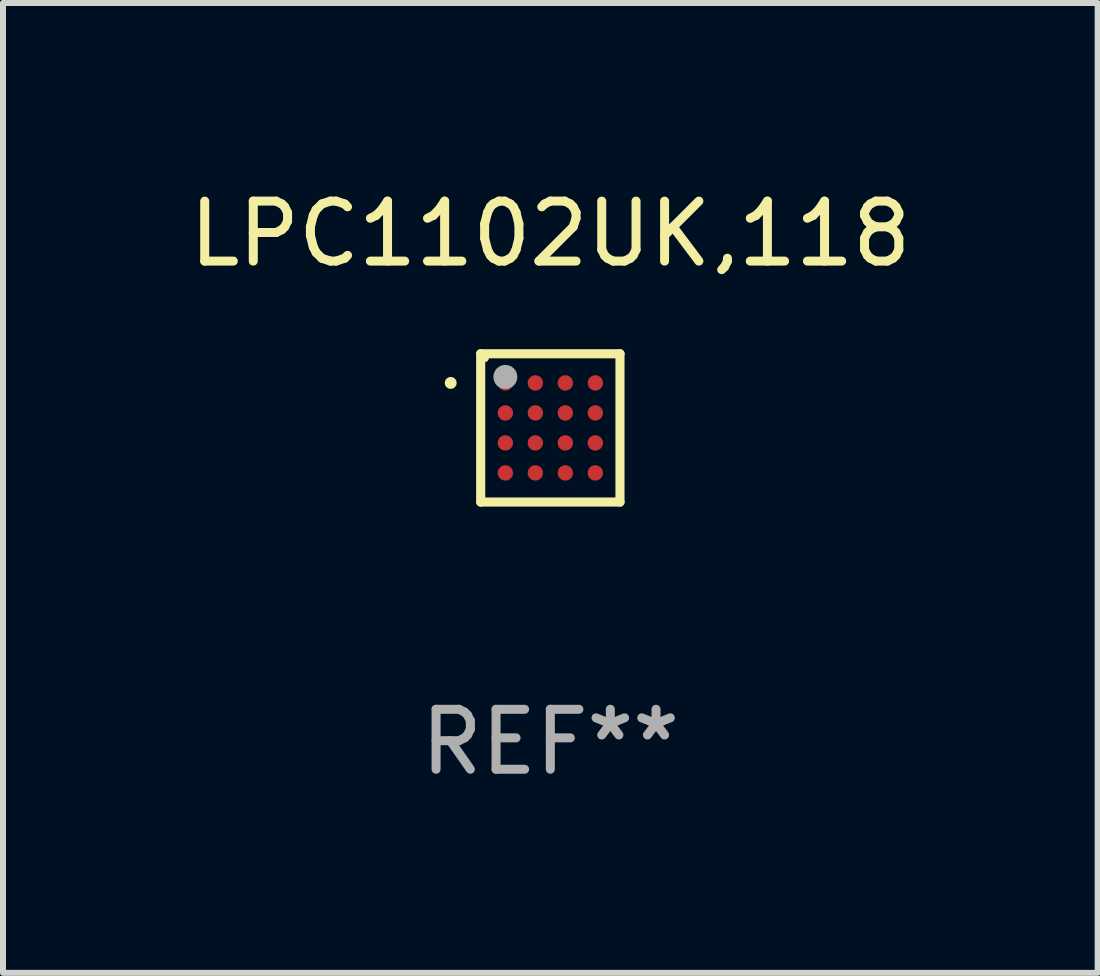
<source format=kicad_pcb>
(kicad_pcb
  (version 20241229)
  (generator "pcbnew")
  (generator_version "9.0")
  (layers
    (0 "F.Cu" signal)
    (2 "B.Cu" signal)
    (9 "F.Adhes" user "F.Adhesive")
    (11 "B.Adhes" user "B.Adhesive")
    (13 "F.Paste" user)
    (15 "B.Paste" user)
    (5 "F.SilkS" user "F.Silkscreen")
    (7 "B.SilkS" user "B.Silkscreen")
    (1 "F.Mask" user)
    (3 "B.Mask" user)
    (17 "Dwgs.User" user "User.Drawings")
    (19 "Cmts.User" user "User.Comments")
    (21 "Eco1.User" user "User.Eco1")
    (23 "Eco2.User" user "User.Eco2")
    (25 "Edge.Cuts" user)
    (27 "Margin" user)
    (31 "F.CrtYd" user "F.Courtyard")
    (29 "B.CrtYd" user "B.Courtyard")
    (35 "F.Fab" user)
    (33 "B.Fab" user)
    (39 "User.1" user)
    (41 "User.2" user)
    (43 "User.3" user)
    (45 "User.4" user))
  (footprint "LPC1102UK,118"
    (layer "F.Cu")
    (at 6.125 4.084)
    (property "Reference" "LPC1102UK,118" (at 0 -3.236 0) (layer "F.SilkS") (effects (font (size 1 1) (thickness 0.15))))
    (attr through_hole)
    (fp_line (start -1.161 -1.236) (end 1.161 -1.236) (stroke (width 0.152) (type solid)) (layer "F.SilkS"))
    (fp_line (start -1.161 1.236) (end -1.161 -1.236) (stroke (width 0.152) (type solid)) (layer "F.SilkS"))
    (fp_line (start 1.161 -1.236) (end 1.161 1.236) (stroke (width 0.152) (type solid)) (layer "F.SilkS"))
    (fp_line (start 1.161 1.236) (end -1.161 1.236) (stroke (width 0.152) (type solid)) (layer "F.SilkS"))
    (fp_circle (center -1.661 -0.75) (end -1.611 -0.75) (stroke (width 0.1) (type solid)) (fill no) (layer "F.SilkS"))
    (fp_circle (center -1.085 -1.16) (end -1.055 -1.16) (stroke (width 0.06) (type solid)) (fill no) (layer "F.SilkS"))
    (fp_circle (center -0.75 -0.85) (end -0.65 -0.85) (stroke (width 0.2) (type solid)) (fill no) (layer "F.Fab"))
    (fp_text user "REF**" (at 0 5.236 0) (layer "F.Fab") (effects (font (size 1 1) (thickness 0.15))))
    (pad "A1" smd circle (at -0.75 -0.75) (size 0.256 0.256) (layers "F.Cu" "F.Mask" "F.Paste"))
    (pad "A2" smd circle (at -0.25 -0.75) (size 0.256 0.256) (layers "F.Cu" "F.Mask" "F.Paste"))
    (pad "A3" smd circle (at 0.25 -0.75) (size 0.256 0.256) (layers "F.Cu" "F.Mask" "F.Paste"))
    (pad "A4" smd circle (at 0.75 -0.75) (size 0.256 0.256) (layers "F.Cu" "F.Mask" "F.Paste"))
    (pad "B1" smd circle (at -0.75 -0.25) (size 0.256 0.256) (layers "F.Cu" "F.Mask" "F.Paste"))
    (pad "B2" smd circle (at -0.25 -0.25) (size 0.256 0.256) (layers "F.Cu" "F.Mask" "F.Paste"))
    (pad "B3" smd circle (at 0.25 -0.25) (size 0.256 0.256) (layers "F.Cu" "F.Mask" "F.Paste"))
    (pad "B4" smd circle (at 0.75 -0.25) (size 0.256 0.256) (layers "F.Cu" "F.Mask" "F.Paste"))
    (pad "C1" smd circle (at -0.75 0.25) (size 0.256 0.256) (layers "F.Cu" "F.Mask" "F.Paste"))
    (pad "C2" smd circle (at -0.25 0.25) (size 0.256 0.256) (layers "F.Cu" "F.Mask" "F.Paste"))
    (pad "C3" smd circle (at 0.25 0.25) (size 0.256 0.256) (layers "F.Cu" "F.Mask" "F.Paste"))
    (pad "C4" smd circle (at 0.75 0.25) (size 0.256 0.256) (layers "F.Cu" "F.Mask" "F.Paste"))
    (pad "D1" smd circle (at -0.75 0.75) (size 0.256 0.256) (layers "F.Cu" "F.Mask" "F.Paste"))
    (pad "D2" smd circle (at -0.25 0.75) (size 0.256 0.256) (layers "F.Cu" "F.Mask" "F.Paste"))
    (pad "D3" smd circle (at 0.25 0.75) (size 0.256 0.256) (layers "F.Cu" "F.Mask" "F.Paste"))
    (pad "D4" smd circle (at 0.75 0.75) (size 0.256 0.256) (layers "F.Cu" "F.Mask" "F.Paste")))
  (gr_rect
    (start -3 -3)
    (end 15.25 13.169)
    (stroke (width 0.1) (type default))
    (fill no)
    (layer "Edge.Cuts")))
</source>
